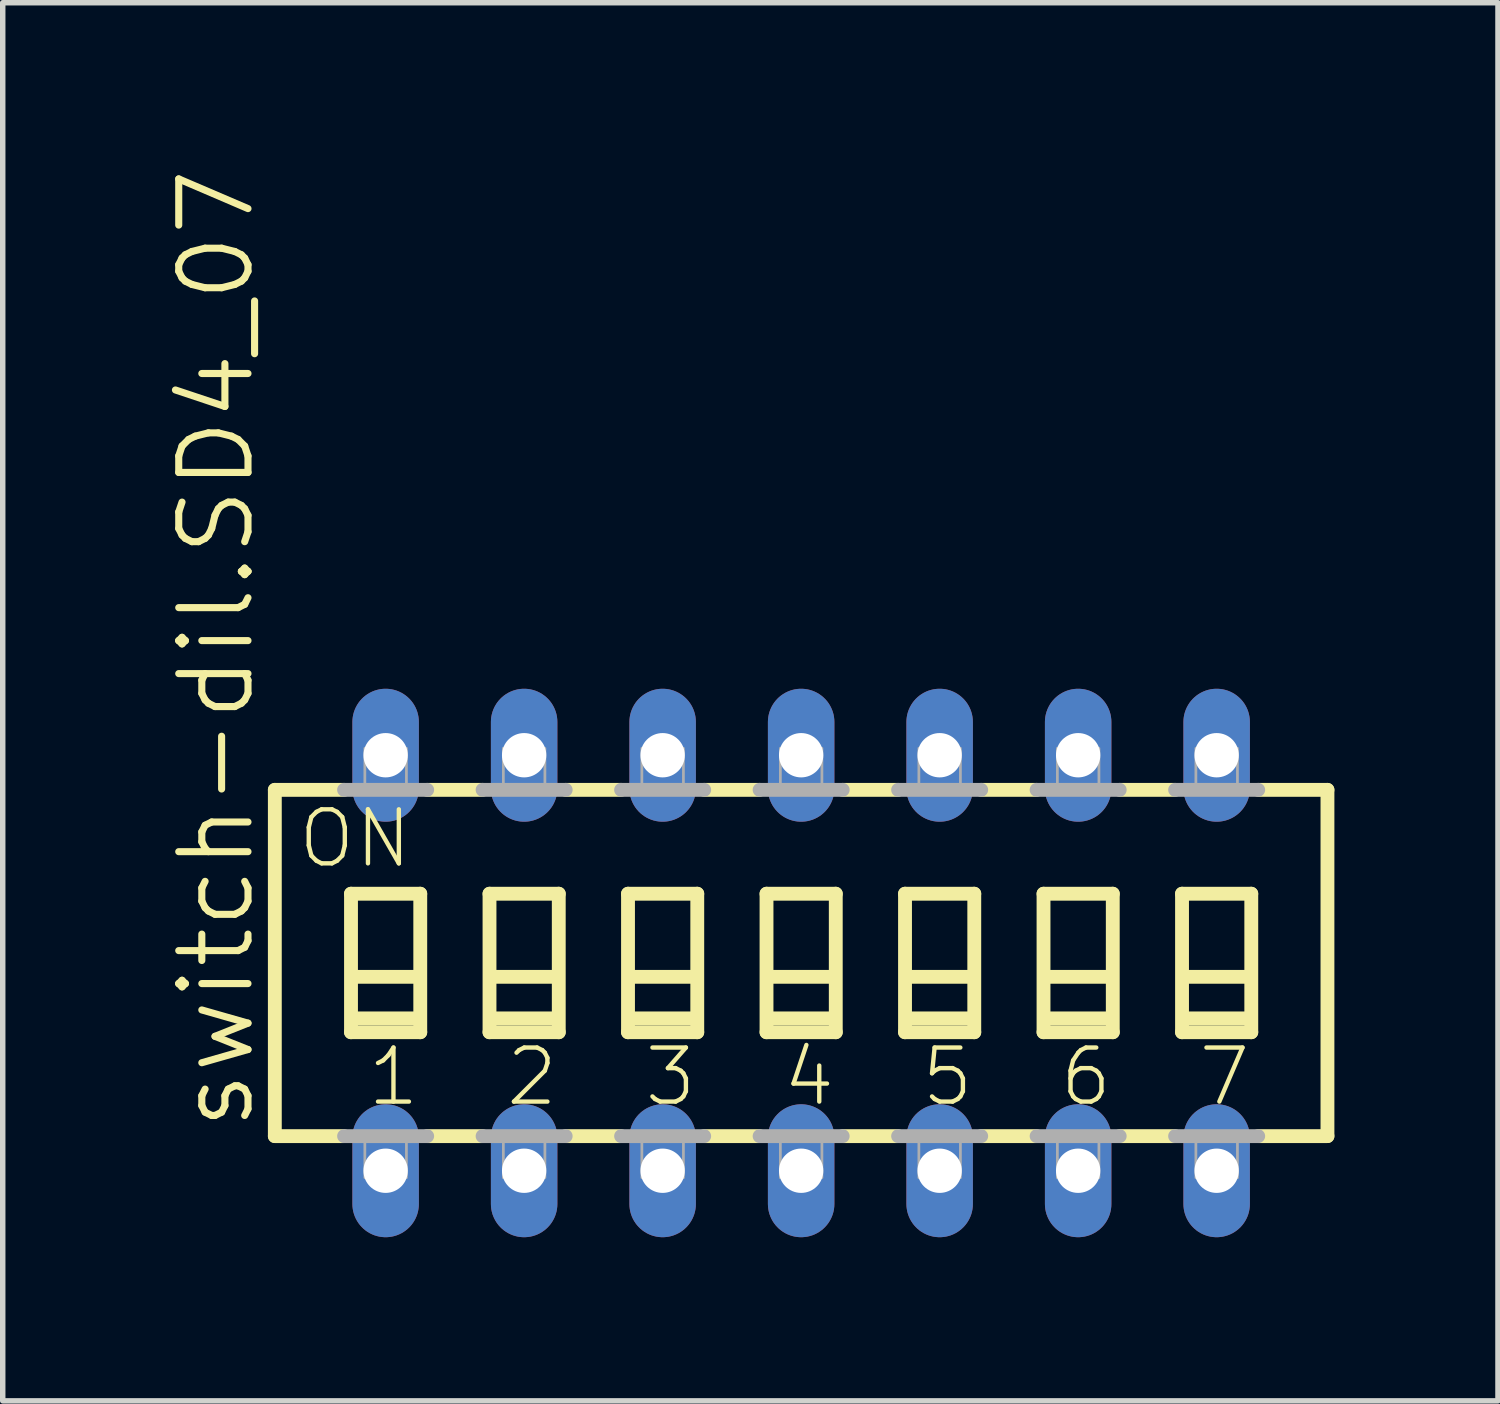
<source format=kicad_pcb>
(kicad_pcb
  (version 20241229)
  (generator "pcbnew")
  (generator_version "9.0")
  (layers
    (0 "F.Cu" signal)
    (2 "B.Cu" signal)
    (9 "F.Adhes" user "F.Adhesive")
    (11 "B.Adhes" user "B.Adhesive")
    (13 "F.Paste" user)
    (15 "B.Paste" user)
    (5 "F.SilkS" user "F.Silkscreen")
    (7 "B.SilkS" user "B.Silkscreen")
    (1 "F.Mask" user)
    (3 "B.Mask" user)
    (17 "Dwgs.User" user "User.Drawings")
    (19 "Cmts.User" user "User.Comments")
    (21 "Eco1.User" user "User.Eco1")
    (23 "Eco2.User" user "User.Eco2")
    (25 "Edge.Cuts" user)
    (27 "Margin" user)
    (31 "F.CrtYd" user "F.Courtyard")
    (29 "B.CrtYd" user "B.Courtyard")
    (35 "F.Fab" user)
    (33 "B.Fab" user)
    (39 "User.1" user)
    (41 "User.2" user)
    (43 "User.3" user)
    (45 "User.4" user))
  (footprint "switch-dil.SD4_07"
    (layer "F.Cu")
    (at 11.642 14.61)
    (property "Reference" "switch-dil.SD4_07" (at -9.982 3.124 90) (layer "F.SilkS") (effects (font (size 1.27 1.27) (thickness 0.13)) (justify left bottom)))
    (attr through_hole)
    (fp_line (start -9.652 -3.175) (end -9.652 3.175) (stroke (width 0.254) (type default)) (layer "F.SilkS"))
    (fp_line (start -9.652 -3.175) (end -8.382 -3.175) (stroke (width 0.254) (type default)) (layer "F.SilkS"))
    (fp_line (start -9.652 3.175) (end -8.382 3.175) (stroke (width 0.254) (type default)) (layer "F.SilkS"))
    (fp_line (start -8.255 -1.27) (end -8.255 1.27) (stroke (width 0.254) (type default)) (layer "F.SilkS"))
    (fp_line (start -8.255 1.27) (end -6.985 1.27) (stroke (width 0.254) (type default)) (layer "F.SilkS"))
    (fp_line (start -8.128 0.254) (end -7.112 0.254) (stroke (width 0.254) (type default)) (layer "F.SilkS"))
    (fp_line (start -7.112 1.016) (end -8.128 1.016) (stroke (width 0.254) (type default)) (layer "F.SilkS"))
    (fp_line (start -6.985 -1.27) (end -8.255 -1.27) (stroke (width 0.254) (type default)) (layer "F.SilkS"))
    (fp_line (start -6.985 1.27) (end -6.985 -1.27) (stroke (width 0.254) (type default)) (layer "F.SilkS"))
    (fp_line (start -6.858 -3.175) (end -5.842 -3.175) (stroke (width 0.254) (type default)) (layer "F.SilkS"))
    (fp_line (start -6.858 3.175) (end -5.842 3.175) (stroke (width 0.254) (type default)) (layer "F.SilkS"))
    (fp_line (start -5.715 -1.27) (end -5.715 1.27) (stroke (width 0.254) (type default)) (layer "F.SilkS"))
    (fp_line (start -5.715 1.27) (end -4.445 1.27) (stroke (width 0.254) (type default)) (layer "F.SilkS"))
    (fp_line (start -5.588 0.254) (end -4.572 0.254) (stroke (width 0.254) (type default)) (layer "F.SilkS"))
    (fp_line (start -4.572 1.016) (end -5.588 1.016) (stroke (width 0.254) (type default)) (layer "F.SilkS"))
    (fp_line (start -4.445 -1.27) (end -5.715 -1.27) (stroke (width 0.254) (type default)) (layer "F.SilkS"))
    (fp_line (start -4.445 1.27) (end -4.445 -1.27) (stroke (width 0.254) (type default)) (layer "F.SilkS"))
    (fp_line (start -4.318 -3.175) (end -3.302 -3.175) (stroke (width 0.254) (type default)) (layer "F.SilkS"))
    (fp_line (start -4.318 3.175) (end -3.302 3.175) (stroke (width 0.254) (type default)) (layer "F.SilkS"))
    (fp_line (start -3.175 -1.27) (end -3.175 1.27) (stroke (width 0.254) (type default)) (layer "F.SilkS"))
    (fp_line (start -3.175 1.27) (end -1.905 1.27) (stroke (width 0.254) (type default)) (layer "F.SilkS"))
    (fp_line (start -3.048 0.254) (end -2.032 0.254) (stroke (width 0.254) (type default)) (layer "F.SilkS"))
    (fp_line (start -2.032 1.016) (end -3.048 1.016) (stroke (width 0.254) (type default)) (layer "F.SilkS"))
    (fp_line (start -1.905 -1.27) (end -3.175 -1.27) (stroke (width 0.254) (type default)) (layer "F.SilkS"))
    (fp_line (start -1.905 1.27) (end -1.905 -1.27) (stroke (width 0.254) (type default)) (layer "F.SilkS"))
    (fp_line (start -1.778 -3.175) (end -0.762 -3.175) (stroke (width 0.254) (type default)) (layer "F.SilkS"))
    (fp_line (start -1.778 3.175) (end -0.762 3.175) (stroke (width 0.254) (type default)) (layer "F.SilkS"))
    (fp_line (start -0.635 -1.27) (end -0.635 1.27) (stroke (width 0.254) (type default)) (layer "F.SilkS"))
    (fp_line (start -0.635 1.27) (end 0.635 1.27) (stroke (width 0.254) (type default)) (layer "F.SilkS"))
    (fp_line (start -0.508 0.254) (end 0.508 0.254) (stroke (width 0.254) (type default)) (layer "F.SilkS"))
    (fp_line (start 0.508 1.016) (end -0.508 1.016) (stroke (width 0.254) (type default)) (layer "F.SilkS"))
    (fp_line (start 0.635 -1.27) (end -0.635 -1.27) (stroke (width 0.254) (type default)) (layer "F.SilkS"))
    (fp_line (start 0.635 1.27) (end 0.635 -1.27) (stroke (width 0.254) (type default)) (layer "F.SilkS"))
    (fp_line (start 0.762 -3.175) (end 1.778 -3.175) (stroke (width 0.254) (type default)) (layer "F.SilkS"))
    (fp_line (start 0.762 3.175) (end 1.778 3.175) (stroke (width 0.254) (type default)) (layer "F.SilkS"))
    (fp_line (start 1.905 -1.27) (end 1.905 1.27) (stroke (width 0.254) (type default)) (layer "F.SilkS"))
    (fp_line (start 1.905 1.27) (end 3.175 1.27) (stroke (width 0.254) (type default)) (layer "F.SilkS"))
    (fp_line (start 2.032 0.254) (end 3.048 0.254) (stroke (width 0.254) (type default)) (layer "F.SilkS"))
    (fp_line (start 3.048 1.016) (end 2.032 1.016) (stroke (width 0.254) (type default)) (layer "F.SilkS"))
    (fp_line (start 3.175 -1.27) (end 1.905 -1.27) (stroke (width 0.254) (type default)) (layer "F.SilkS"))
    (fp_line (start 3.175 1.27) (end 3.175 -1.27) (stroke (width 0.254) (type default)) (layer "F.SilkS"))
    (fp_line (start 3.302 -3.175) (end 4.318 -3.175) (stroke (width 0.254) (type default)) (layer "F.SilkS"))
    (fp_line (start 3.302 3.175) (end 4.318 3.175) (stroke (width 0.254) (type default)) (layer "F.SilkS"))
    (fp_line (start 4.445 -1.27) (end 4.445 1.27) (stroke (width 0.254) (type default)) (layer "F.SilkS"))
    (fp_line (start 4.445 1.27) (end 5.715 1.27) (stroke (width 0.254) (type default)) (layer "F.SilkS"))
    (fp_line (start 4.572 0.254) (end 5.588 0.254) (stroke (width 0.254) (type default)) (layer "F.SilkS"))
    (fp_line (start 5.588 1.016) (end 4.572 1.016) (stroke (width 0.254) (type default)) (layer "F.SilkS"))
    (fp_line (start 5.715 -1.27) (end 4.445 -1.27) (stroke (width 0.254) (type default)) (layer "F.SilkS"))
    (fp_line (start 5.715 1.27) (end 5.715 -1.27) (stroke (width 0.254) (type default)) (layer "F.SilkS"))
    (fp_line (start 5.842 -3.175) (end 6.858 -3.175) (stroke (width 0.254) (type default)) (layer "F.SilkS"))
    (fp_line (start 5.842 3.175) (end 6.858 3.175) (stroke (width 0.254) (type default)) (layer "F.SilkS"))
    (fp_line (start 6.985 -1.27) (end 6.985 1.27) (stroke (width 0.254) (type default)) (layer "F.SilkS"))
    (fp_line (start 6.985 1.27) (end 8.255 1.27) (stroke (width 0.254) (type default)) (layer "F.SilkS"))
    (fp_line (start 7.112 0.254) (end 8.128 0.254) (stroke (width 0.254) (type default)) (layer "F.SilkS"))
    (fp_line (start 8.128 1.016) (end 7.112 1.016) (stroke (width 0.254) (type default)) (layer "F.SilkS"))
    (fp_line (start 8.255 -1.27) (end 6.985 -1.27) (stroke (width 0.254) (type default)) (layer "F.SilkS"))
    (fp_line (start 8.255 1.27) (end 8.255 -1.27) (stroke (width 0.254) (type default)) (layer "F.SilkS"))
    (fp_line (start 9.652 -3.175) (end 8.382 -3.175) (stroke (width 0.254) (type default)) (layer "F.SilkS"))
    (fp_line (start 9.652 3.175) (end 8.382 3.175) (stroke (width 0.254) (type default)) (layer "F.SilkS"))
    (fp_line (start 9.652 3.175) (end 9.652 -3.175) (stroke (width 0.254) (type default)) (layer "F.SilkS"))
    (fp_line (start -8.382 -3.175) (end -6.858 -3.175) (stroke (width 0.254) (type default)) (layer "F.Fab"))
    (fp_line (start -6.858 3.175) (end -8.382 3.175) (stroke (width 0.254) (type default)) (layer "F.Fab"))
    (fp_line (start -5.842 -3.175) (end -4.318 -3.175) (stroke (width 0.254) (type default)) (layer "F.Fab"))
    (fp_line (start -4.318 3.175) (end -5.842 3.175) (stroke (width 0.254) (type default)) (layer "F.Fab"))
    (fp_line (start -3.302 -3.175) (end -1.778 -3.175) (stroke (width 0.254) (type default)) (layer "F.Fab"))
    (fp_line (start -1.778 3.175) (end -3.302 3.175) (stroke (width 0.254) (type default)) (layer "F.Fab"))
    (fp_line (start -0.762 -3.175) (end 0.762 -3.175) (stroke (width 0.254) (type default)) (layer "F.Fab"))
    (fp_line (start 0.762 3.175) (end -0.762 3.175) (stroke (width 0.254) (type default)) (layer "F.Fab"))
    (fp_line (start 1.778 -3.175) (end 3.302 -3.175) (stroke (width 0.254) (type default)) (layer "F.Fab"))
    (fp_line (start 3.302 3.175) (end 1.778 3.175) (stroke (width 0.254) (type default)) (layer "F.Fab"))
    (fp_line (start 4.318 -3.175) (end 5.842 -3.175) (stroke (width 0.254) (type default)) (layer "F.Fab"))
    (fp_line (start 5.842 3.175) (end 4.318 3.175) (stroke (width 0.254) (type default)) (layer "F.Fab"))
    (fp_line (start 6.858 -3.175) (end 8.382 -3.175) (stroke (width 0.254) (type default)) (layer "F.Fab"))
    (fp_line (start 8.382 3.175) (end 6.858 3.175) (stroke (width 0.254) (type default)) (layer "F.Fab"))
    (fp_rect (start -8.001 -3.175) (end -7.239 -3.937) (stroke (width 0.05) (type default)) (fill no) (layer "F.Fab"))
    (fp_rect (start -8.001 3.937) (end -7.239 3.175) (stroke (width 0.05) (type default)) (fill no) (layer "F.Fab"))
    (fp_rect (start -5.461 -3.175) (end -4.699 -3.937) (stroke (width 0.05) (type default)) (fill no) (layer "F.Fab"))
    (fp_rect (start -5.461 3.937) (end -4.699 3.175) (stroke (width 0.05) (type default)) (fill no) (layer "F.Fab"))
    (fp_rect (start -2.921 -3.175) (end -2.159 -3.937) (stroke (width 0.05) (type default)) (fill no) (layer "F.Fab"))
    (fp_rect (start -2.921 3.937) (end -2.159 3.175) (stroke (width 0.05) (type default)) (fill no) (layer "F.Fab"))
    (fp_rect (start -0.381 -3.175) (end 0.381 -3.937) (stroke (width 0.05) (type default)) (fill no) (layer "F.Fab"))
    (fp_rect (start -0.381 3.937) (end 0.381 3.175) (stroke (width 0.05) (type default)) (fill no) (layer "F.Fab"))
    (fp_rect (start 2.159 -3.175) (end 2.921 -3.937) (stroke (width 0.05) (type default)) (fill no) (layer "F.Fab"))
    (fp_rect (start 2.159 3.937) (end 2.921 3.175) (stroke (width 0.05) (type default)) (fill no) (layer "F.Fab"))
    (fp_rect (start 4.699 -3.175) (end 5.461 -3.937) (stroke (width 0.05) (type default)) (fill no) (layer "F.Fab"))
    (fp_rect (start 4.699 3.937) (end 5.461 3.175) (stroke (width 0.05) (type default)) (fill no) (layer "F.Fab"))
    (fp_rect (start 7.239 -3.175) (end 8.001 -3.937) (stroke (width 0.05) (type default)) (fill no) (layer "F.Fab"))
    (fp_rect (start 7.239 3.937) (end 8.001 3.175) (stroke (width 0.05) (type default)) (fill no) (layer "F.Fab"))
    (fp_text user "ON" (at -9.271 -1.702 0) (layer "F.SilkS") (effects (font (size 0.991 0.991) (thickness 0.08)) (justify left bottom)))
    (fp_text user "2" (at -5.461 2.667 0) (layer "F.SilkS") (effects (font (size 0.991 0.991) (thickness 0.08)) (justify left bottom)))
    (fp_text user "7" (at 7.239 2.667 0) (layer "F.SilkS") (effects (font (size 0.991 0.991) (thickness 0.08)) (justify left bottom)))
    (fp_text user "5" (at 2.159 2.667 0) (layer "F.SilkS") (effects (font (size 0.991 0.991) (thickness 0.08)) (justify left bottom)))
    (fp_text user "1" (at -8.001 2.667 0) (layer "F.SilkS") (effects (font (size 0.991 0.991) (thickness 0.08)) (justify left bottom)))
    (fp_text user "3" (at -2.921 2.667 0) (layer "F.SilkS") (effects (font (size 0.991 0.991) (thickness 0.08)) (justify left bottom)))
    (fp_text user "4" (at -0.381 2.667 0) (layer "F.SilkS") (effects (font (size 0.991 0.991) (thickness 0.08)) (justify left bottom)))
    (fp_text user "6" (at 4.699 2.667 0) (layer "F.SilkS") (effects (font (size 0.991 0.991) (thickness 0.08)) (justify left bottom)))
    (pad "1" thru_hole oval (at -7.62 3.81 90) (size 2.438 1.219) (drill 0.813) (layers "*.Cu" "*.Mask"))
    (pad "2" thru_hole oval (at -5.08 3.81 90) (size 2.438 1.219) (drill 0.813) (layers "*.Cu" "*.Mask"))
    (pad "3" thru_hole oval (at -2.54 3.81 90) (size 2.438 1.219) (drill 0.813) (layers "*.Cu" "*.Mask"))
    (pad "4" thru_hole oval (at 0 3.81 90) (size 2.438 1.219) (drill 0.813) (layers "*.Cu" "*.Mask"))
    (pad "5" thru_hole oval (at 2.54 3.81 90) (size 2.438 1.219) (drill 0.813) (layers "*.Cu" "*.Mask"))
    (pad "6" thru_hole oval (at 5.08 3.81 90) (size 2.438 1.219) (drill 0.813) (layers "*.Cu" "*.Mask"))
    (pad "7" thru_hole oval (at 7.62 3.81 90) (size 2.438 1.219) (drill 0.813) (layers "*.Cu" "*.Mask"))
    (pad "8" thru_hole oval (at 7.62 -3.81 90) (size 2.438 1.219) (drill 0.813) (layers "*.Cu" "*.Mask"))
    (pad "9" thru_hole oval (at 5.08 -3.81 90) (size 2.438 1.219) (drill 0.813) (layers "*.Cu" "*.Mask"))
    (pad "10" thru_hole oval (at 2.54 -3.81 90) (size 2.438 1.219) (drill 0.813) (layers "*.Cu" "*.Mask"))
    (pad "11" thru_hole oval (at 0 -3.81 90) (size 2.438 1.219) (drill 0.813) (layers "*.Cu" "*.Mask"))
    (pad "12" thru_hole oval (at -2.54 -3.81 90) (size 2.438 1.219) (drill 0.813) (layers "*.Cu" "*.Mask"))
    (pad "13" thru_hole oval (at -5.08 -3.81 90) (size 2.438 1.219) (drill 0.813) (layers "*.Cu" "*.Mask"))
    (pad "14" thru_hole oval (at -7.62 -3.81 90) (size 2.438 1.219) (drill 0.813) (layers "*.Cu" "*.Mask")))
  (gr_rect
    (start -3 -3)
    (end 24.421 22.64)
    (stroke (width 0.1) (type default))
    (fill no)
    (layer "Edge.Cuts")))
</source>
